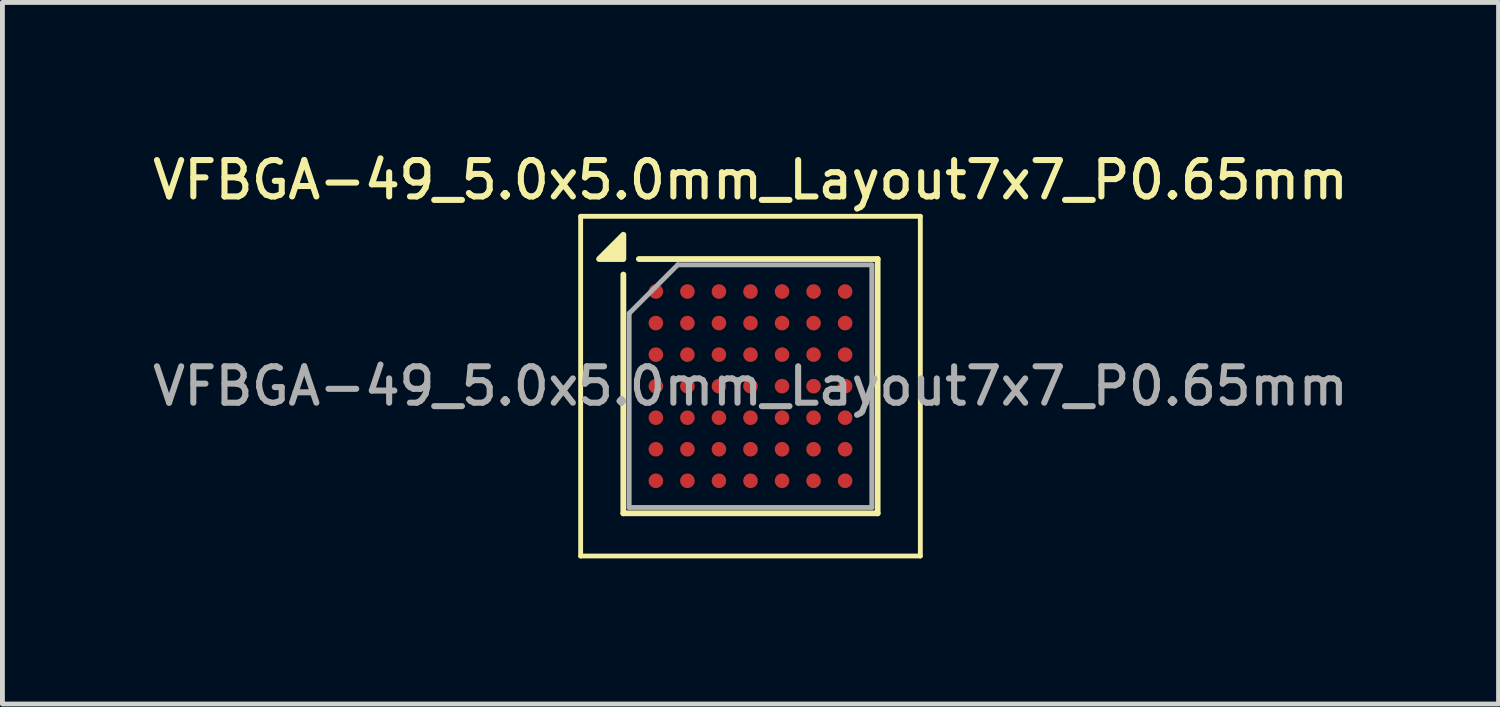
<source format=kicad_pcb>
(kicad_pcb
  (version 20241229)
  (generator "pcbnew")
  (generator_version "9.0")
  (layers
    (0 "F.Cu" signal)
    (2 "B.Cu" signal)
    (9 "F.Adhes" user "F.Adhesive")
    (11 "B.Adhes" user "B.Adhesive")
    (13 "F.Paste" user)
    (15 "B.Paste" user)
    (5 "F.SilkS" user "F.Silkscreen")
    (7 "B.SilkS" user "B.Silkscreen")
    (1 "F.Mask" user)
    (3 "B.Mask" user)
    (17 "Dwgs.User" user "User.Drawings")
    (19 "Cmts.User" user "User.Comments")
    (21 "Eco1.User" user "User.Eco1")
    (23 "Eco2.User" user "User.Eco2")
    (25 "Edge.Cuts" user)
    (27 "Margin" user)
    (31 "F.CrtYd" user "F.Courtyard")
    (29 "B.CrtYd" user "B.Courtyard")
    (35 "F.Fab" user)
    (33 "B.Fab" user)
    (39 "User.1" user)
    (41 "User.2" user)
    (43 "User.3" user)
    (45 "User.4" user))
  (footprint "VFBGA-49_5.0x5.0mm_Layout7x7_P0.65mm"
    (layer "F.Cu")
    (at 12.416 4.908)
    (property "Reference" "VFBGA-49_5.0x5.0mm_Layout7x7_P0.65mm" (at 0 -4.25 0) (layer "F.SilkS") (effects (font (size 0.75 0.75) (thickness 0.125))))
    (attr smd)
    (fp_line (start -3.5 -3.5) (end -3.5 3.5) (stroke (width 0.1) (type solid)) (layer "F.SilkS"))
    (fp_line (start -3.5 -3.5) (end 3.5 -3.5) (stroke (width 0.1) (type solid)) (layer "F.SilkS"))
    (fp_line (start -2.62 -2.3) (end -2.62 2.62) (stroke (width 0.12) (type solid)) (layer "F.SilkS"))
    (fp_line (start -2.62 2.62) (end 2.62 2.62) (stroke (width 0.12) (type solid)) (layer "F.SilkS"))
    (fp_line (start 2.62 -2.62) (end -2.3 -2.62) (stroke (width 0.12) (type solid)) (layer "F.SilkS"))
    (fp_line (start 2.62 2.62) (end 2.62 -2.62) (stroke (width 0.12) (type solid)) (layer "F.SilkS"))
    (fp_line (start 3.5 3.5) (end -3.5 3.5) (stroke (width 0.1) (type solid)) (layer "F.SilkS"))
    (fp_line (start 3.5 3.5) (end 3.5 -3.5) (stroke (width 0.1) (type solid)) (layer "F.SilkS"))
    (fp_poly (pts (xy -2.62 -2.62) (xy -3.12 -2.62) (xy -2.62 -3.12) (xy -2.62 -2.62)) (stroke (width 0.12) (type solid)) (fill yes) (layer "F.SilkS"))
    (fp_line (start -2.5 -1.5) (end -2.5 2.5) (stroke (width 0.1) (type solid)) (layer "F.Fab"))
    (fp_line (start -2.5 2.5) (end 2.5 2.5) (stroke (width 0.1) (type solid)) (layer "F.Fab"))
    (fp_line (start -1.5 -2.5) (end -2.5 -1.5) (stroke (width 0.1) (type solid)) (layer "F.Fab"))
    (fp_line (start 2.5 -2.5) (end -1.5 -2.5) (stroke (width 0.1) (type solid)) (layer "F.Fab"))
    (fp_line (start 2.5 2.5) (end 2.5 -2.5) (stroke (width 0.1) (type solid)) (layer "F.Fab"))
    (fp_text user "${REFERENCE}" (at 0 0 0) (layer "F.Fab") (effects (font (size 0.75 0.75) (thickness 0.125))))
    (pad "A1" smd circle (at -1.95 -1.95) (size 0.3 0.3) (property pad_prop_bga) (layers "F.Cu" "F.Mask" "F.Paste"))
    (pad "A2" smd circle (at -1.3 -1.95) (size 0.3 0.3) (property pad_prop_bga) (layers "F.Cu" "F.Mask" "F.Paste"))
    (pad "A3" smd circle (at -0.65 -1.95) (size 0.3 0.3) (property pad_prop_bga) (layers "F.Cu" "F.Mask" "F.Paste"))
    (pad "A4" smd circle (at 0 -1.95) (size 0.3 0.3) (property pad_prop_bga) (layers "F.Cu" "F.Mask" "F.Paste"))
    (pad "A5" smd circle (at 0.65 -1.95) (size 0.3 0.3) (property pad_prop_bga) (layers "F.Cu" "F.Mask" "F.Paste"))
    (pad "A6" smd circle (at 1.3 -1.95) (size 0.3 0.3) (property pad_prop_bga) (layers "F.Cu" "F.Mask" "F.Paste"))
    (pad "A7" smd circle (at 1.95 -1.95) (size 0.3 0.3) (property pad_prop_bga) (layers "F.Cu" "F.Mask" "F.Paste"))
    (pad "B1" smd circle (at -1.95 -1.3) (size 0.3 0.3) (property pad_prop_bga) (layers "F.Cu" "F.Mask" "F.Paste"))
    (pad "B2" smd circle (at -1.3 -1.3) (size 0.3 0.3) (property pad_prop_bga) (layers "F.Cu" "F.Mask" "F.Paste"))
    (pad "B3" smd circle (at -0.65 -1.3) (size 0.3 0.3) (property pad_prop_bga) (layers "F.Cu" "F.Mask" "F.Paste"))
    (pad "B4" smd circle (at 0 -1.3) (size 0.3 0.3) (property pad_prop_bga) (layers "F.Cu" "F.Mask" "F.Paste"))
    (pad "B5" smd circle (at 0.65 -1.3) (size 0.3 0.3) (property pad_prop_bga) (layers "F.Cu" "F.Mask" "F.Paste"))
    (pad "B6" smd circle (at 1.3 -1.3) (size 0.3 0.3) (property pad_prop_bga) (layers "F.Cu" "F.Mask" "F.Paste"))
    (pad "B7" smd circle (at 1.95 -1.3) (size 0.3 0.3) (property pad_prop_bga) (layers "F.Cu" "F.Mask" "F.Paste"))
    (pad "C1" smd circle (at -1.95 -0.65) (size 0.3 0.3) (property pad_prop_bga) (layers "F.Cu" "F.Mask" "F.Paste"))
    (pad "C2" smd circle (at -1.3 -0.65) (size 0.3 0.3) (property pad_prop_bga) (layers "F.Cu" "F.Mask" "F.Paste"))
    (pad "C3" smd circle (at -0.65 -0.65) (size 0.3 0.3) (property pad_prop_bga) (layers "F.Cu" "F.Mask" "F.Paste"))
    (pad "C4" smd circle (at 0 -0.65) (size 0.3 0.3) (property pad_prop_bga) (layers "F.Cu" "F.Mask" "F.Paste"))
    (pad "C5" smd circle (at 0.65 -0.65) (size 0.3 0.3) (property pad_prop_bga) (layers "F.Cu" "F.Mask" "F.Paste"))
    (pad "C6" smd circle (at 1.3 -0.65) (size 0.3 0.3) (property pad_prop_bga) (layers "F.Cu" "F.Mask" "F.Paste"))
    (pad "C7" smd circle (at 1.95 -0.65) (size 0.3 0.3) (property pad_prop_bga) (layers "F.Cu" "F.Mask" "F.Paste"))
    (pad "D1" smd circle (at -1.95 0) (size 0.3 0.3) (property pad_prop_bga) (layers "F.Cu" "F.Mask" "F.Paste"))
    (pad "D2" smd circle (at -1.3 0) (size 0.3 0.3) (property pad_prop_bga) (layers "F.Cu" "F.Mask" "F.Paste"))
    (pad "D3" smd circle (at -0.65 0) (size 0.3 0.3) (property pad_prop_bga) (layers "F.Cu" "F.Mask" "F.Paste"))
    (pad "D4" smd circle (at 0 0) (size 0.3 0.3) (property pad_prop_bga) (layers "F.Cu" "F.Mask" "F.Paste"))
    (pad "D5" smd circle (at 0.65 0) (size 0.3 0.3) (property pad_prop_bga) (layers "F.Cu" "F.Mask" "F.Paste"))
    (pad "D6" smd circle (at 1.3 0) (size 0.3 0.3) (property pad_prop_bga) (layers "F.Cu" "F.Mask" "F.Paste"))
    (pad "D7" smd circle (at 1.95 0) (size 0.3 0.3) (property pad_prop_bga) (layers "F.Cu" "F.Mask" "F.Paste"))
    (pad "E1" smd circle (at -1.95 0.65) (size 0.3 0.3) (property pad_prop_bga) (layers "F.Cu" "F.Mask" "F.Paste"))
    (pad "E2" smd circle (at -1.3 0.65) (size 0.3 0.3) (property pad_prop_bga) (layers "F.Cu" "F.Mask" "F.Paste"))
    (pad "E3" smd circle (at -0.65 0.65) (size 0.3 0.3) (property pad_prop_bga) (layers "F.Cu" "F.Mask" "F.Paste"))
    (pad "E4" smd circle (at 0 0.65) (size 0.3 0.3) (property pad_prop_bga) (layers "F.Cu" "F.Mask" "F.Paste"))
    (pad "E5" smd circle (at 0.65 0.65) (size 0.3 0.3) (property pad_prop_bga) (layers "F.Cu" "F.Mask" "F.Paste"))
    (pad "E6" smd circle (at 1.3 0.65) (size 0.3 0.3) (property pad_prop_bga) (layers "F.Cu" "F.Mask" "F.Paste"))
    (pad "E7" smd circle (at 1.95 0.65) (size 0.3 0.3) (property pad_prop_bga) (layers "F.Cu" "F.Mask" "F.Paste"))
    (pad "F1" smd circle (at -1.95 1.3) (size 0.3 0.3) (property pad_prop_bga) (layers "F.Cu" "F.Mask" "F.Paste"))
    (pad "F2" smd circle (at -1.3 1.3) (size 0.3 0.3) (property pad_prop_bga) (layers "F.Cu" "F.Mask" "F.Paste"))
    (pad "F3" smd circle (at -0.65 1.3) (size 0.3 0.3) (property pad_prop_bga) (layers "F.Cu" "F.Mask" "F.Paste"))
    (pad "F4" smd circle (at 0 1.3) (size 0.3 0.3) (property pad_prop_bga) (layers "F.Cu" "F.Mask" "F.Paste"))
    (pad "F5" smd circle (at 0.65 1.3) (size 0.3 0.3) (property pad_prop_bga) (layers "F.Cu" "F.Mask" "F.Paste"))
    (pad "F6" smd circle (at 1.3 1.3) (size 0.3 0.3) (property pad_prop_bga) (layers "F.Cu" "F.Mask" "F.Paste"))
    (pad "F7" smd circle (at 1.95 1.3) (size 0.3 0.3) (property pad_prop_bga) (layers "F.Cu" "F.Mask" "F.Paste"))
    (pad "G1" smd circle (at -1.95 1.95) (size 0.3 0.3) (property pad_prop_bga) (layers "F.Cu" "F.Mask" "F.Paste"))
    (pad "G2" smd circle (at -1.3 1.95) (size 0.3 0.3) (property pad_prop_bga) (layers "F.Cu" "F.Mask" "F.Paste"))
    (pad "G3" smd circle (at -0.65 1.95) (size 0.3 0.3) (property pad_prop_bga) (layers "F.Cu" "F.Mask" "F.Paste"))
    (pad "G4" smd circle (at 0 1.95) (size 0.3 0.3) (property pad_prop_bga) (layers "F.Cu" "F.Mask" "F.Paste"))
    (pad "G5" smd circle (at 0.65 1.95) (size 0.3 0.3) (property pad_prop_bga) (layers "F.Cu" "F.Mask" "F.Paste"))
    (pad "G6" smd circle (at 1.3 1.95) (size 0.3 0.3) (property pad_prop_bga) (layers "F.Cu" "F.Mask" "F.Paste"))
    (pad "G7" smd circle (at 1.95 1.95) (size 0.3 0.3) (property pad_prop_bga) (layers "F.Cu" "F.Mask" "F.Paste")))
  (gr_rect
    (start -3 -3)
    (end 27.832 11.458)
    (stroke (width 0.1) (type default))
    (fill no)
    (layer "Edge.Cuts")))
</source>
